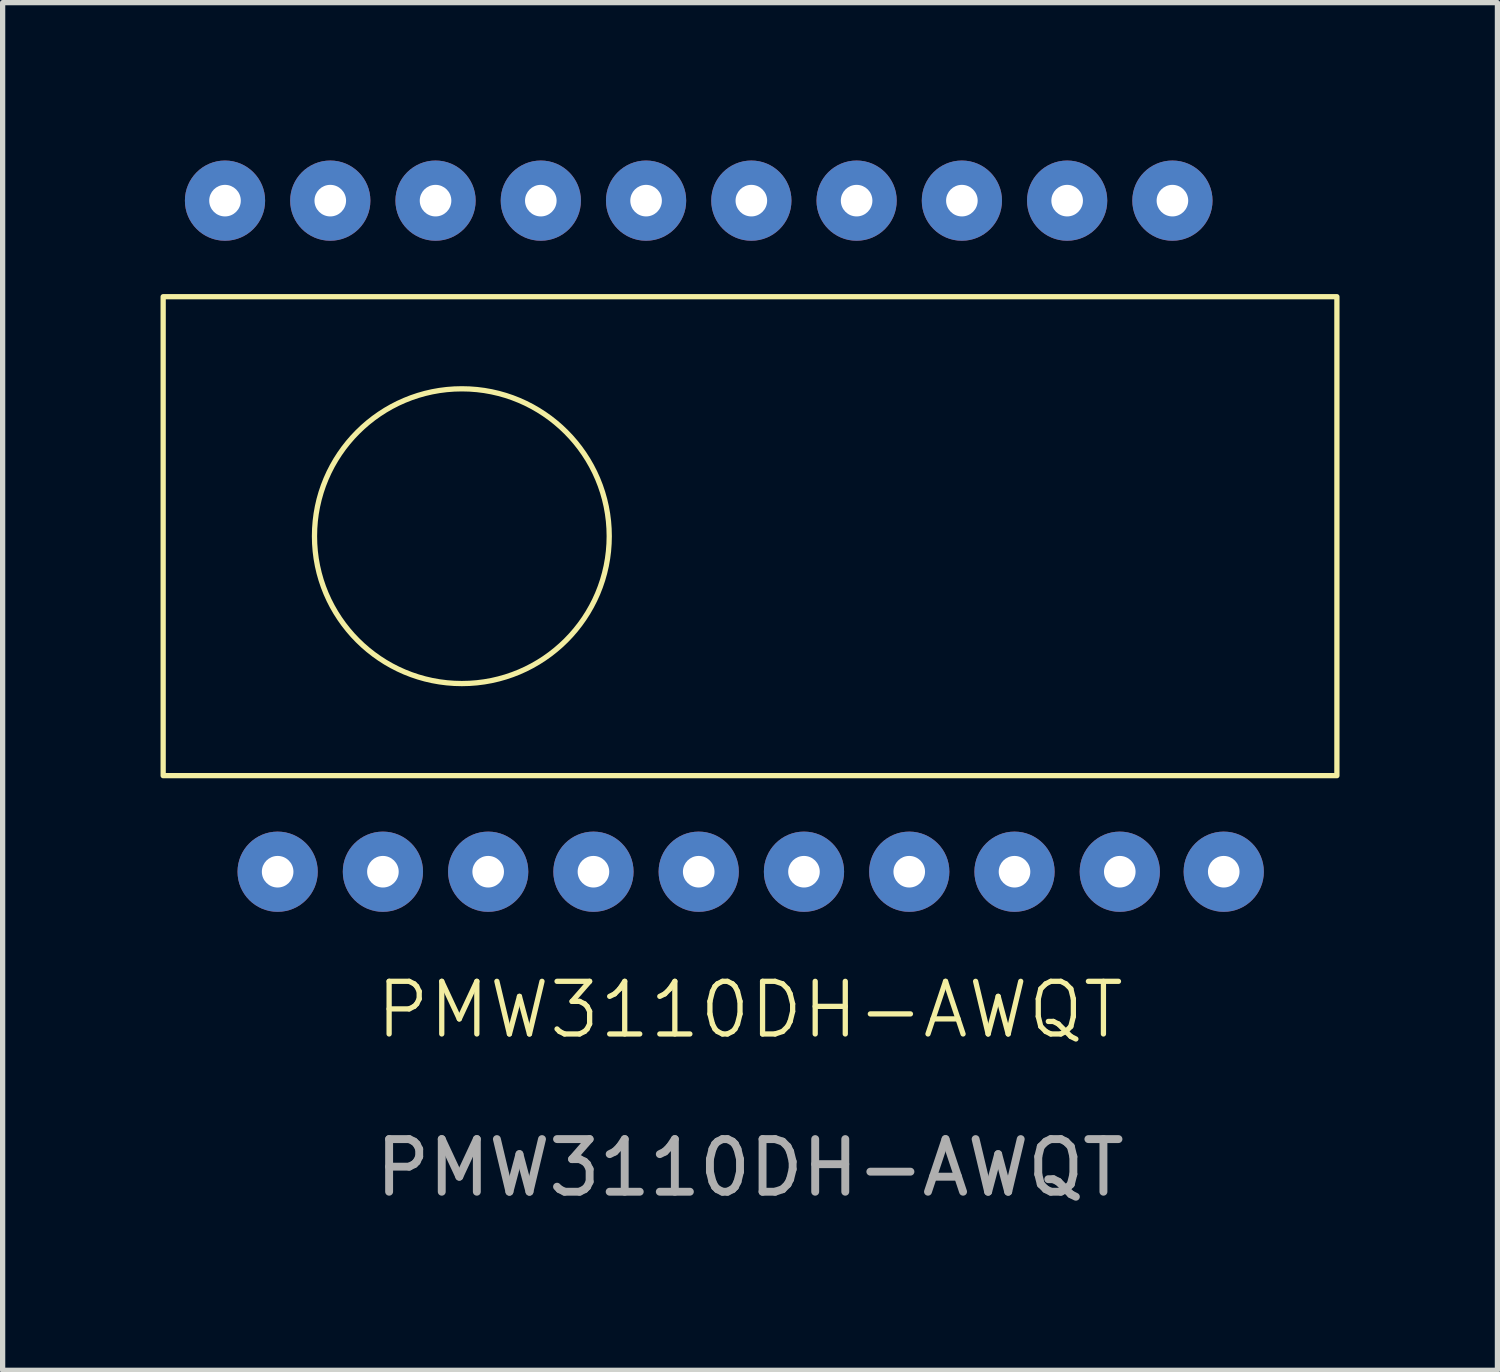
<source format=kicad_pcb>
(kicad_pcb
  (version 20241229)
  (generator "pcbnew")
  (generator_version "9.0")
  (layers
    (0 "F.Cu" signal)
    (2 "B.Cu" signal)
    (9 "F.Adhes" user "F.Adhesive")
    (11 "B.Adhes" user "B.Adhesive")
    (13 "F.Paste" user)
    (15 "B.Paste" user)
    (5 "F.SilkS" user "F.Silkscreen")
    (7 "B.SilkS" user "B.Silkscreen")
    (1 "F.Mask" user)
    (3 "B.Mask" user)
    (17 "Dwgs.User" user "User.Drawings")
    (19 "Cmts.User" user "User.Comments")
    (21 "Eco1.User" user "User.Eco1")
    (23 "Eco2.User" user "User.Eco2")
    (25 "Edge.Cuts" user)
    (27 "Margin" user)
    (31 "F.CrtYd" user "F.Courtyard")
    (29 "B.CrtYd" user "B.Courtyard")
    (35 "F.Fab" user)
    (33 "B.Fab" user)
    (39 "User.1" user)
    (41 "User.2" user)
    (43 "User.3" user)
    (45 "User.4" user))
  (footprint "PMW3110DH-AWQT"
    (layer "F.Cu")
    (at 11.2 7.137)
    (property "Reference" "PMW3110DH-AWQT" (at 0 9 0) (unlocked yes) (layer "F.SilkS") (effects (font (size 1 1) (thickness 0.1))))
    (attr through_hole)
    (fp_rect (start 11.15 -4.55) (end -11.15 4.55) (stroke (width 0.1) (type default)) (fill no) (layer "F.SilkS"))
    (fp_circle (center -5.475 0) (end -2.675 0) (stroke (width 0.1) (type default)) (fill no) (layer "F.SilkS"))
    (fp_text user "${REFERENCE}" (at 0 12 0) (unlocked yes) (layer "F.Fab") (effects (font (size 1 1) (thickness 0.15))))
    (pad "1" thru_hole circle (at -8.975 6.375) (size 1.524 1.524) (drill 0.6) (layers "*.Cu" "*.Mask"))
    (pad "2" thru_hole circle (at -6.975 6.375) (size 1.524 1.524) (drill 0.6) (layers "*.Cu" "*.Mask"))
    (pad "3" thru_hole circle (at -4.975 6.375) (size 1.524 1.524) (drill 0.6) (layers "*.Cu" "*.Mask"))
    (pad "4" thru_hole circle (at -2.975 6.375) (size 1.524 1.524) (drill 0.6) (layers "*.Cu" "*.Mask"))
    (pad "5" thru_hole circle (at -0.975 6.375) (size 1.524 1.524) (drill 0.6) (layers "*.Cu" "*.Mask"))
    (pad "6" thru_hole circle (at 1.025 6.375) (size 1.524 1.524) (drill 0.6) (layers "*.Cu" "*.Mask"))
    (pad "7" thru_hole circle (at 3.025 6.375) (size 1.524 1.524) (drill 0.6) (layers "*.Cu" "*.Mask"))
    (pad "8" thru_hole circle (at 5.025 6.375) (size 1.524 1.524) (drill 0.6) (layers "*.Cu" "*.Mask"))
    (pad "9" thru_hole circle (at 7.025 6.375) (size 1.524 1.524) (drill 0.6) (layers "*.Cu" "*.Mask"))
    (pad "10" thru_hole circle (at 9 6.375) (size 1.524 1.524) (drill 0.6) (layers "*.Cu" "*.Mask"))
    (pad "11" thru_hole circle (at 8.025 -6.375) (size 1.524 1.524) (drill 0.6) (layers "*.Cu" "*.Mask"))
    (pad "12" thru_hole circle (at 6.025 -6.375) (size 1.524 1.524) (drill 0.6) (layers "*.Cu" "*.Mask"))
    (pad "13" thru_hole circle (at 4.025 -6.375) (size 1.524 1.524) (drill 0.6) (layers "*.Cu" "*.Mask"))
    (pad "14" thru_hole circle (at 2.025 -6.375) (size 1.524 1.524) (drill 0.6) (layers "*.Cu" "*.Mask"))
    (pad "15" thru_hole circle (at 0.025 -6.375) (size 1.524 1.524) (drill 0.6) (layers "*.Cu" "*.Mask"))
    (pad "16" thru_hole circle (at -1.975 -6.375) (size 1.524 1.524) (drill 0.6) (layers "*.Cu" "*.Mask"))
    (pad "17" thru_hole circle (at -3.975 -6.375) (size 1.524 1.524) (drill 0.6) (layers "*.Cu" "*.Mask"))
    (pad "18" thru_hole circle (at -5.975 -6.375) (size 1.524 1.524) (drill 0.6) (layers "*.Cu" "*.Mask"))
    (pad "19" thru_hole circle (at -7.975 -6.375) (size 1.524 1.524) (drill 0.6) (layers "*.Cu" "*.Mask"))
    (pad "20" thru_hole circle (at -9.975 -6.375) (size 1.524 1.524) (drill 0.6) (layers "*.Cu" "*.Mask")))
  (gr_rect
    (start -3 -3)
    (end 25.4 22.985)
    (stroke (width 0.1) (type default))
    (fill no)
    (layer "Edge.Cuts")))
</source>
